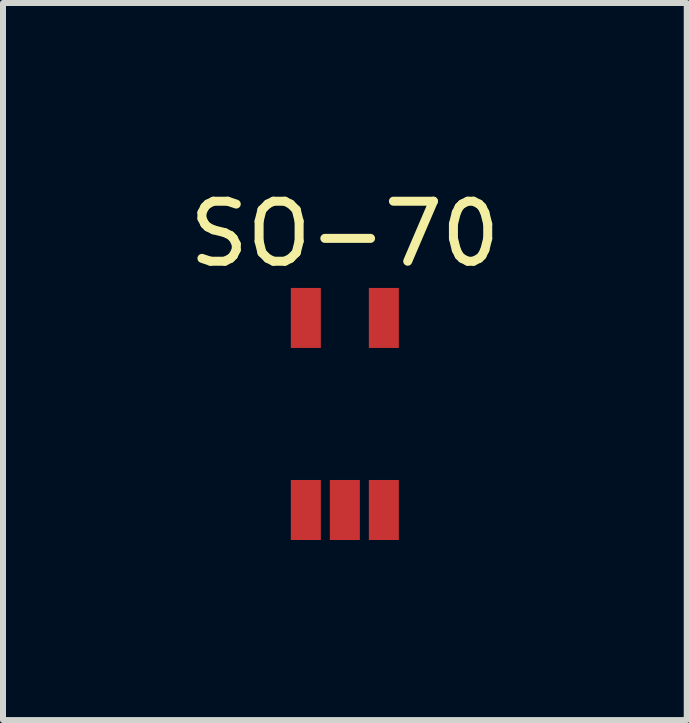
<source format=kicad_pcb>
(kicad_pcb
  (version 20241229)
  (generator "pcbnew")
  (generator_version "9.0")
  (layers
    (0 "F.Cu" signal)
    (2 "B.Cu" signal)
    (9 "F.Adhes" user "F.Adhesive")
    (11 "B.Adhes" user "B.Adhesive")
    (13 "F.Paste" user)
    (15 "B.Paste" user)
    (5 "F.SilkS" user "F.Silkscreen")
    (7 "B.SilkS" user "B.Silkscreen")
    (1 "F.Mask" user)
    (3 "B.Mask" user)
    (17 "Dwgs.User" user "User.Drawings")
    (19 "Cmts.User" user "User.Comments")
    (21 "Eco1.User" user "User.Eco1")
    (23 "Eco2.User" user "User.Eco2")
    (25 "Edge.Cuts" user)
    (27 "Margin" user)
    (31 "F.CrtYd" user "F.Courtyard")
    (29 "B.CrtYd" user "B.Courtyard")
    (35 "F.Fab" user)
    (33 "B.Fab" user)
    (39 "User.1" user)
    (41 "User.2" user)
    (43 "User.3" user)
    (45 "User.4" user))
  (footprint "SO-70"
    (layer "F.Cu")
    (at 2.696 3.848)
    (property "Reference" "SO-70" (at 0 -3 0) (layer "F.SilkS") (effects (font (size 1 1) (thickness 0.15))))
    (attr through_hole)
    (pad "1" smd rect (at -0.65 1.6) (size 0.5 1) (layers "F.Cu" "F.Mask" "F.Paste"))
    (pad "2" smd rect (at 0 1.6) (size 0.5 1) (layers "F.Cu" "F.Mask" "F.Paste"))
    (pad "3" smd rect (at 0.65 1.6) (size 0.5 1) (layers "F.Cu" "F.Mask" "F.Paste"))
    (pad "4" smd rect (at 0.65 -1.6) (size 0.5 1) (layers "F.Cu" "F.Mask" "F.Paste"))
    (pad "5" smd rect (at -0.65 -1.6) (size 0.5 1) (layers "F.Cu" "F.Mask" "F.Paste")))
  (gr_rect
    (start -3 -3)
    (end 8.393 8.948)
    (stroke (width 0.1) (type default))
    (fill no)
    (layer "Edge.Cuts")))
</source>
